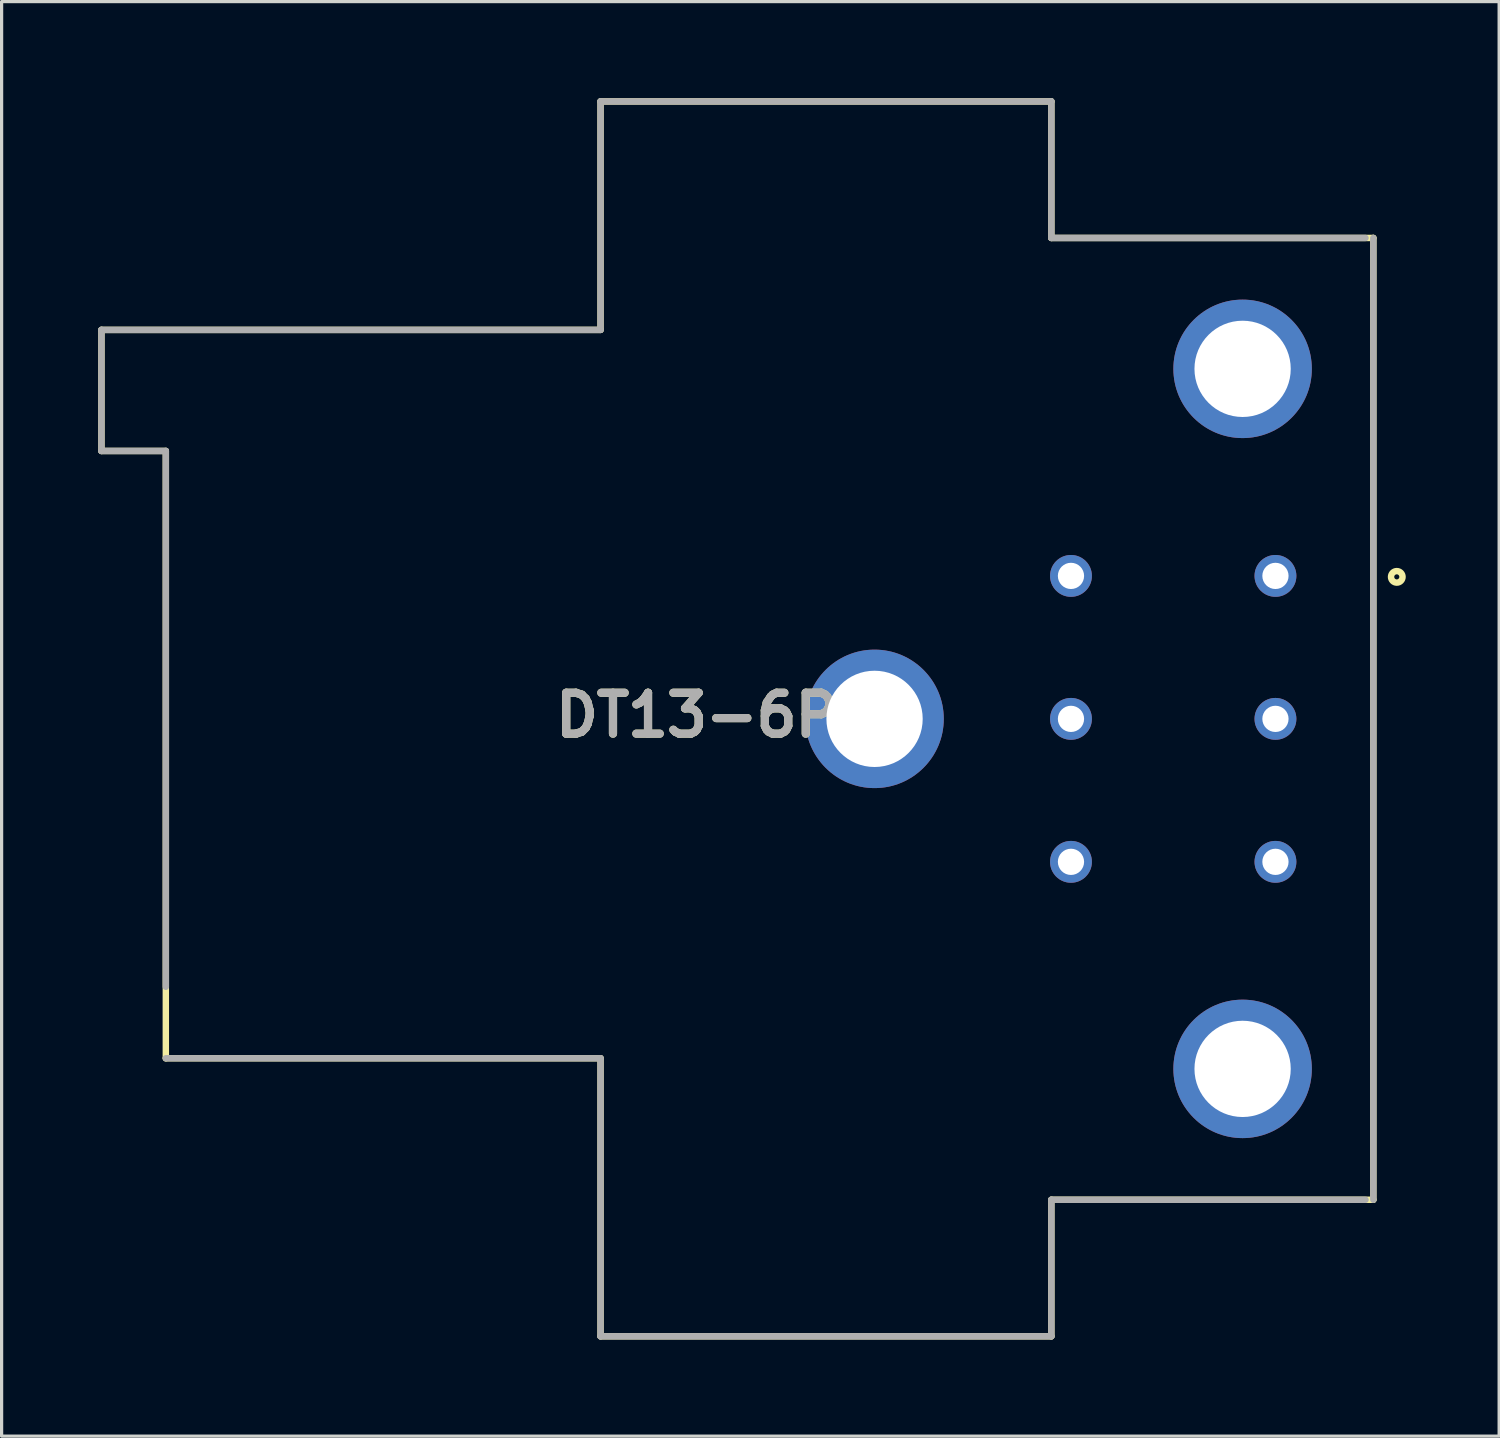
<source format=kicad_pcb>
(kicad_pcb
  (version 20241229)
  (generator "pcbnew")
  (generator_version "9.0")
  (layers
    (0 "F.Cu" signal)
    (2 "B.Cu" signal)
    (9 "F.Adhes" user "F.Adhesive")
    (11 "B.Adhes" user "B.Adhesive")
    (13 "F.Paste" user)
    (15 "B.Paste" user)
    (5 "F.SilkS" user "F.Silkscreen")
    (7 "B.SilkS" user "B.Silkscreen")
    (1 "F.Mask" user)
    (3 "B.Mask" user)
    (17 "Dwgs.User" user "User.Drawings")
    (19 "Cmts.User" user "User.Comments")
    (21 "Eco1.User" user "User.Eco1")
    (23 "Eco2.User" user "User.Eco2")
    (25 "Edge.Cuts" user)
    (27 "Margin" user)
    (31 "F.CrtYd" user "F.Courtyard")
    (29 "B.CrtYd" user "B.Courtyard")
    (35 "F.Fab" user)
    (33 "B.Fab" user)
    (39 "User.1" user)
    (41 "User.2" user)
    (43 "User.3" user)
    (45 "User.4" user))
  (footprint "DT13-6P"
    (layer "F.Cu")
    (at 39.6 19.275)
    (property "Reference" "DT13-6P" (at -21.013 -0.115 0) (layer "F.SilkS") (effects (font (size 1.27 1.27) (thickness 0.254))))
    (attr through_hole)
    (fp_line (start -39.5 -12.08) (end -39.5 -8.32) (stroke (width 0.2) (type solid)) (layer "F.SilkS"))
    (fp_line (start -37.5 -8.32) (end -39.5 -8.32) (stroke (width 0.2) (type solid)) (layer "F.SilkS"))
    (fp_line (start -37.5 -8.32) (end -37.5 10.54) (stroke (width 0.2) (type solid)) (layer "F.SilkS"))
    (fp_line (start -37.5 10.54) (end -24 10.54) (stroke (width 0.2) (type solid)) (layer "F.SilkS"))
    (fp_line (start -24 -19.175) (end -24 -12.08) (stroke (width 0.2) (type solid)) (layer "F.SilkS"))
    (fp_line (start -24 -12.08) (end -39.5 -12.08) (stroke (width 0.2) (type solid)) (layer "F.SilkS"))
    (fp_line (start -24 10.54) (end -24 19.175) (stroke (width 0.2) (type solid)) (layer "F.SilkS"))
    (fp_line (start -24 19.175) (end -10 19.175) (stroke (width 0.2) (type solid)) (layer "F.SilkS"))
    (fp_line (start -10 -19.175) (end -24 -19.175) (stroke (width 0.2) (type solid)) (layer "F.SilkS"))
    (fp_line (start -10 -14.935) (end -10 -19.175) (stroke (width 0.2) (type solid)) (layer "F.SilkS"))
    (fp_line (start -10 14.935) (end 0 14.935) (stroke (width 0.2) (type solid)) (layer "F.SilkS"))
    (fp_line (start -10 19.175) (end -10 14.935) (stroke (width 0.2) (type solid)) (layer "F.SilkS"))
    (fp_line (start 0 -14.935) (end -10 -14.935) (stroke (width 0.2) (type solid)) (layer "F.SilkS"))
    (fp_line (start 0 14.935) (end 0 -14.935) (stroke (width 0.2) (type solid)) (layer "F.SilkS"))
    (fp_circle (center 0.728 -4.41) (end 0.728 -4.331) (stroke (width 0.2) (type solid)) (fill no) (layer "F.SilkS"))
    (fp_line (start -39.5 -12.08) (end -24 -12.08) (stroke (width 0.2) (type solid)) (layer "F.Fab"))
    (fp_line (start -39.5 -8.32) (end -39.5 -12.08) (stroke (width 0.2) (type solid)) (layer "F.Fab"))
    (fp_line (start -37.5 -8.32) (end -39.5 -8.32) (stroke (width 0.2) (type solid)) (layer "F.Fab"))
    (fp_line (start -37.5 -8.32) (end -37.5 8.32) (stroke (width 0.2) (type solid)) (layer "F.Fab"))
    (fp_line (start -37.5 10.54) (end -24 10.54) (stroke (width 0.2) (type solid)) (layer "F.Fab"))
    (fp_line (start -24 -19.175) (end -24 -12.08) (stroke (width 0.2) (type solid)) (layer "F.Fab"))
    (fp_line (start -24 19.175) (end -24 10.54) (stroke (width 0.2) (type solid)) (layer "F.Fab"))
    (fp_line (start -10 -19.175) (end -24 -19.175) (stroke (width 0.2) (type solid)) (layer "F.Fab"))
    (fp_line (start -10 -14.935) (end -10 -19.175) (stroke (width 0.2) (type solid)) (layer "F.Fab"))
    (fp_line (start -10 14.935) (end -10 19.175) (stroke (width 0.2) (type solid)) (layer "F.Fab"))
    (fp_line (start -10 19.175) (end -24 19.175) (stroke (width 0.2) (type solid)) (layer "F.Fab"))
    (fp_line (start -0.244 -14.935) (end -10 -14.935) (stroke (width 0.2) (type solid)) (layer "F.Fab"))
    (fp_line (start -0.244 14.935) (end -10 14.935) (stroke (width 0.2) (type solid)) (layer "F.Fab"))
    (fp_line (start 0 -14.935) (end 0 14.935) (stroke (width 0.2) (type solid)) (layer "F.Fab"))
    (fp_text user "${REFERENCE}" (at -21.013 -0.115 0) (layer "F.Fab") (effects (font (size 1.27 1.27) (thickness 0.254))))
    (pad "1" thru_hole circle (at -3.04 -4.44) (size 1.3 1.3) (drill 0.815) (layers "*.Cu" "*.Mask"))
    (pad "2" thru_hole circle (at -3.04 0) (size 1.3 1.3) (drill 0.815) (layers "*.Cu" "*.Mask"))
    (pad "3" thru_hole circle (at -3.04 4.44) (size 1.3 1.3) (drill 0.815) (layers "*.Cu" "*.Mask"))
    (pad "4" thru_hole circle (at -9.39 4.44) (size 1.3 1.3) (drill 0.815) (layers "*.Cu" "*.Mask"))
    (pad "5" thru_hole circle (at -9.39 0) (size 1.3 1.3) (drill 0.815) (layers "*.Cu" "*.Mask"))
    (pad "6" thru_hole circle (at -9.39 -4.44) (size 1.3 1.3) (drill 0.815) (layers "*.Cu" "*.Mask"))
    (pad "7" thru_hole circle (at -4.06 -10.87) (size 4.3 4.3) (drill 2.99) (layers "*.Cu" "*.Mask"))
    (pad "8" thru_hole circle (at -15.49 0) (size 4.3 4.3) (drill 2.99) (layers "*.Cu" "*.Mask"))
    (pad "9" thru_hole circle (at -4.06 10.87) (size 4.3 4.3) (drill 2.99) (layers "*.Cu" "*.Mask")))
  (gr_rect
    (start -3 -3)
    (end 43.507 41.55)
    (stroke (width 0.1) (type default))
    (fill no)
    (layer "Edge.Cuts")))
</source>
